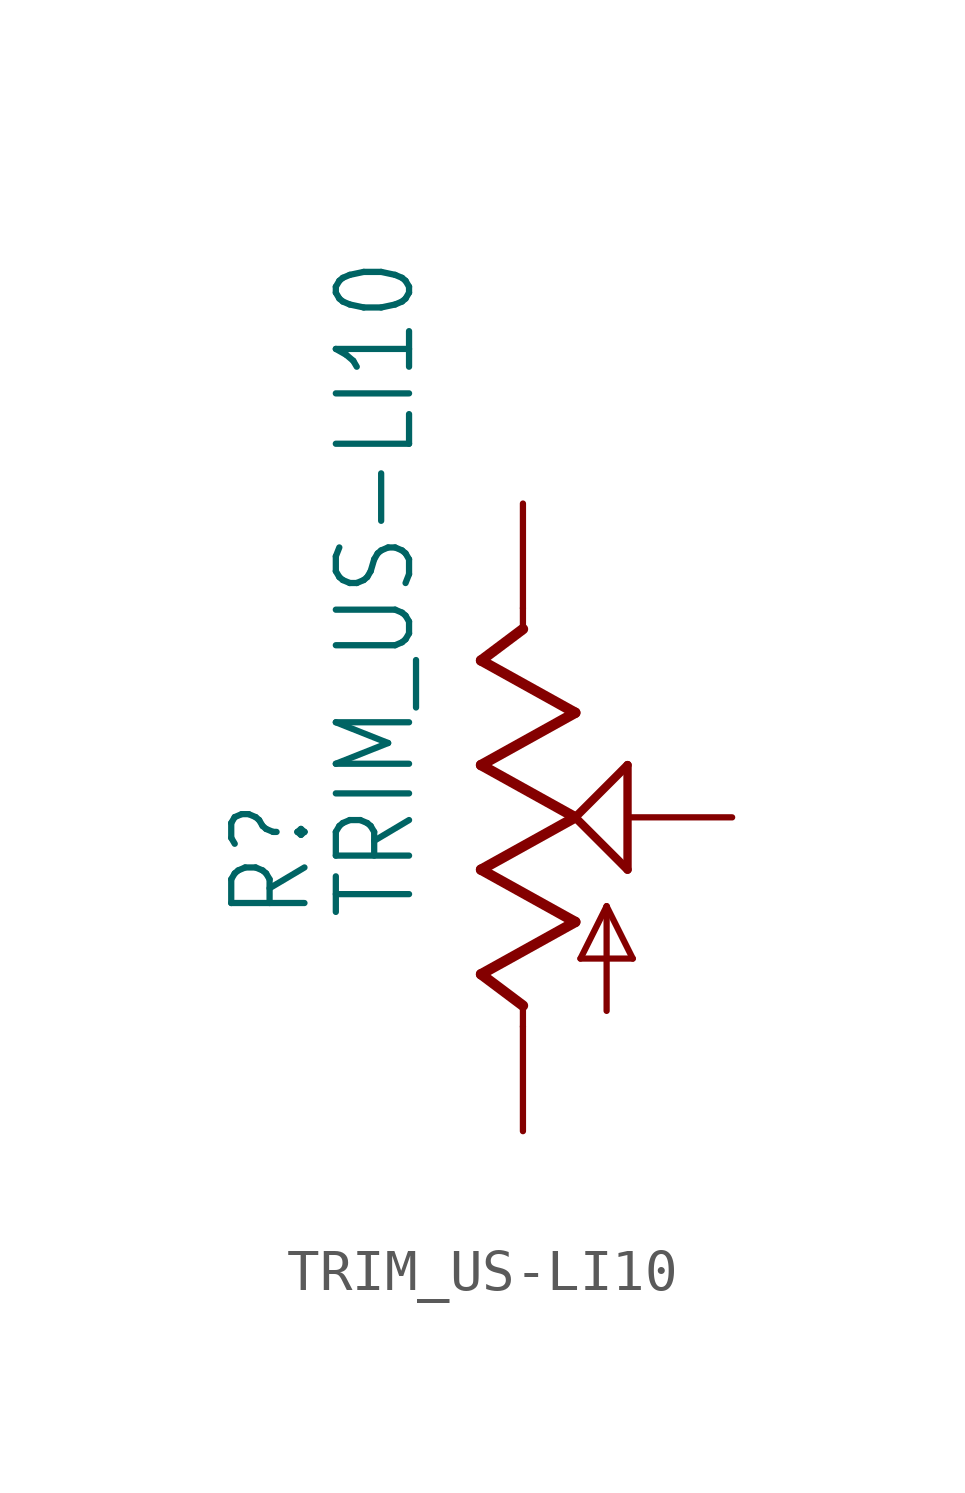
<source format=kicad_sym>
(kicad_symbol_lib
  (version 20211014)
  (generator kicad_symbol_editor)
  (symbol "TRIM_US-LI10"
    (property "Reference" "R"
      (at -5.08 -2.54 90)
      (effects (font (size 1.778 1.511)) (justify left bottom)))
    (property "Value" "TRIM_US-LI10"
      (at -2.54 -2.54 90)
      (effects (font (size 1.778 1.511)) (justify left bottom)))
    (property "ki_locked" ""
      (at 0 0 0)
      (effects (font (size 1.27 1.27))))
    (symbol "TRIM_US-LI10_1_0"
      (polyline (pts (xy -1.016 -3.81) (xy 1.27 -2.54)) (stroke (width 0.254) (type default) (color 0 0 0 0)) (fill (type none)))
      (polyline (pts (xy -1.016 -1.27) (xy 1.27 0)) (stroke (width 0.254) (type default) (color 0 0 0 0)) (fill (type none)))
      (polyline (pts (xy -1.016 1.27) (xy 1.27 2.54)) (stroke (width 0.254) (type default) (color 0 0 0 0)) (fill (type none)))
      (polyline (pts (xy -1.016 3.81) (xy 0 4.572)) (stroke (width 0.254) (type default) (color 0 0 0 0)) (fill (type none)))
      (polyline (pts (xy 0 -5.08) (xy 0 -4.572)) (stroke (width 0.152) (type default) (color 0 0 0 0)) (fill (type none)))
      (polyline (pts (xy 0 -4.572) (xy -1.016 -3.81)) (stroke (width 0.254) (type default) (color 0 0 0 0)) (fill (type none)))
      (polyline (pts (xy 0 4.572) (xy 0 5.08)) (stroke (width 0.152) (type default) (color 0 0 0 0)) (fill (type none)))
      (polyline (pts (xy 1.27 -2.54) (xy -1.016 -1.27)) (stroke (width 0.254) (type default) (color 0 0 0 0)) (fill (type none)))
      (polyline (pts (xy 1.27 0) (xy -1.016 1.27)) (stroke (width 0.254) (type default) (color 0 0 0 0)) (fill (type none)))
      (polyline (pts (xy 1.27 0) (xy 2.54 1.27)) (stroke (width 0.203) (type default) (color 0 0 0 0)) (fill (type none)))
      (polyline (pts (xy 1.27 2.54) (xy -1.016 3.81)) (stroke (width 0.254) (type default) (color 0 0 0 0)) (fill (type none)))
      (polyline (pts (xy 1.397 -3.429) (xy 2.032 -2.159)) (stroke (width 0.152) (type default) (color 0 0 0 0)) (fill (type none)))
      (polyline (pts (xy 2.032 -4.699) (xy 2.032 -2.159)) (stroke (width 0.152) (type default) (color 0 0 0 0)) (fill (type none)))
      (polyline (pts (xy 2.032 -2.159) (xy 2.667 -3.429)) (stroke (width 0.152) (type default) (color 0 0 0 0)) (fill (type none)))
      (polyline (pts (xy 2.54 -1.27) (xy 1.27 0)) (stroke (width 0.203) (type default) (color 0 0 0 0)) (fill (type none)))
      (polyline (pts (xy 2.54 1.27) (xy 2.54 -1.27)) (stroke (width 0.203) (type default) (color 0 0 0 0)) (fill (type none)))
      (polyline (pts (xy 2.667 -3.429) (xy 1.397 -3.429)) (stroke (width 0.152) (type default) (color 0 0 0 0)) (fill (type none)))
      (pin passive line (at 0 -7.62 90) (length 2.54) (name "A" (effects (font (size 0 0)))) (number "A" (effects (font (size 0 0)))))
      (pin passive line (at 0 7.62 270) (length 2.54) (name "E" (effects (font (size 0 0)))) (number "E" (effects (font (size 0 0)))))
      (pin passive line (at 5.08 0 180) (length 2.54) (name "S" (effects (font (size 0 0)))) (number "S" (effects (font (size 0 0))))))))
</source>
